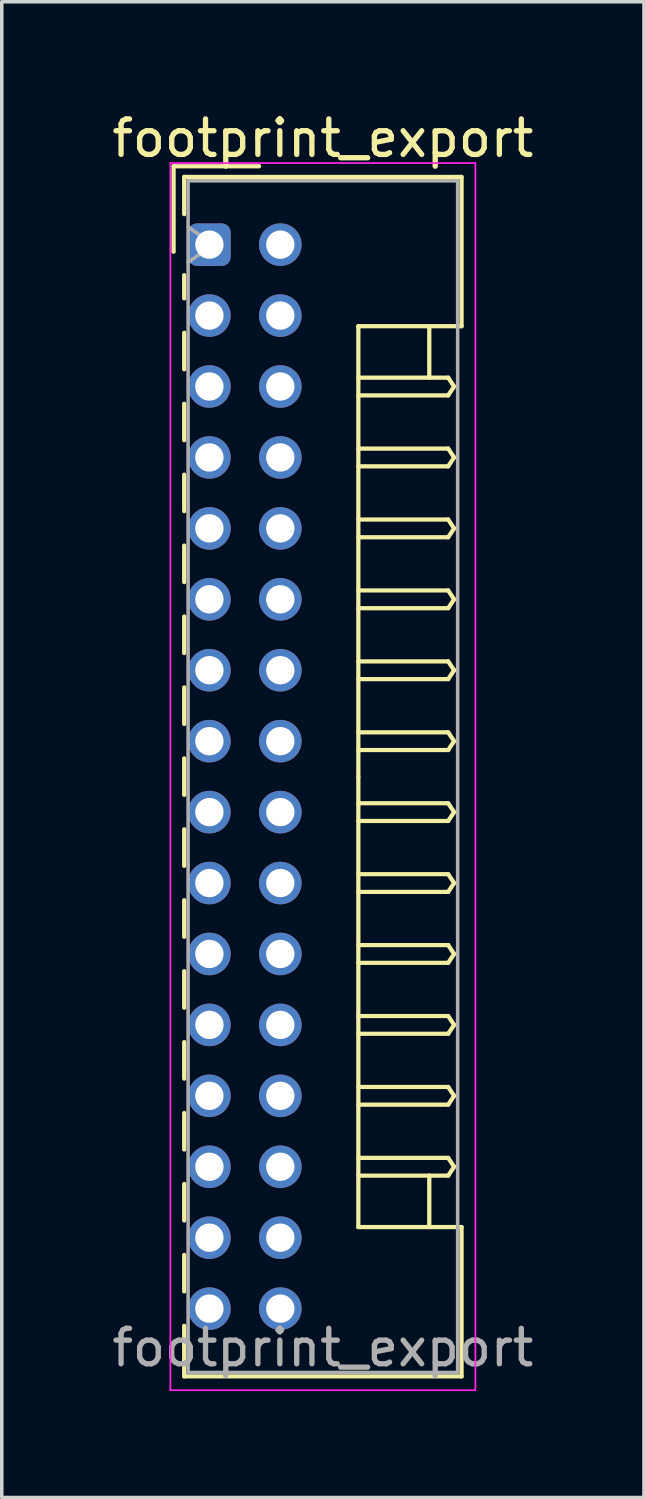
<source format=kicad_pcb>
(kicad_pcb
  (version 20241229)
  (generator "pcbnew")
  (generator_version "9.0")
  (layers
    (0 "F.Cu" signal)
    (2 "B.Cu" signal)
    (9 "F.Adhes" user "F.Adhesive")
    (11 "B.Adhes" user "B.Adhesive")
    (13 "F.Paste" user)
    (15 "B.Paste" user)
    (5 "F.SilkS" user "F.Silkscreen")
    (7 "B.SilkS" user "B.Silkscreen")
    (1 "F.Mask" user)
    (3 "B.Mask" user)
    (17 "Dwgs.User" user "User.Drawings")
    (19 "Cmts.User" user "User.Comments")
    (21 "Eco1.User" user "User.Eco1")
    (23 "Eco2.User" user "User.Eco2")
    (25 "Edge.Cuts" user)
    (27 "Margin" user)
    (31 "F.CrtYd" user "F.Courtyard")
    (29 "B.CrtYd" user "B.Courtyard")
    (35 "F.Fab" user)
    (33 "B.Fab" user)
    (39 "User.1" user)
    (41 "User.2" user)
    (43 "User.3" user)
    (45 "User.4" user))
  (footprint "footprint_export"
    (layer "F.Cu")
    (at 2.854 3.848)
    (property "Reference" "footprint_export" (at 3.2 -3 0) (layer "F.SilkS") (effects (font (size 1 1) (thickness 0.15))))
    (attr through_hole)
    (fp_line (start -1.01 -2.21) (end -1.01 0.2) (stroke (width 0.12) (type solid)) (layer "F.SilkS"))
    (fp_line (start -0.71 -1.91) (end -0.71 -0.86) (stroke (width 0.12) (type solid)) (layer "F.SilkS"))
    (fp_line (start -0.71 -1.91) (end 7.11 -1.91) (stroke (width 0.12) (type solid)) (layer "F.SilkS"))
    (fp_line (start -0.71 0.86) (end -0.71 1.515) (stroke (width 0.12) (type solid)) (layer "F.SilkS"))
    (fp_line (start -0.71 2.485) (end -0.71 3.515) (stroke (width 0.12) (type solid)) (layer "F.SilkS"))
    (fp_line (start -0.71 4.485) (end -0.71 5.515) (stroke (width 0.12) (type solid)) (layer "F.SilkS"))
    (fp_line (start -0.71 6.485) (end -0.71 7.515) (stroke (width 0.12) (type solid)) (layer "F.SilkS"))
    (fp_line (start -0.71 8.485) (end -0.71 9.515) (stroke (width 0.12) (type solid)) (layer "F.SilkS"))
    (fp_line (start -0.71 10.485) (end -0.71 11.515) (stroke (width 0.12) (type solid)) (layer "F.SilkS"))
    (fp_line (start -0.71 12.485) (end -0.71 13.515) (stroke (width 0.12) (type solid)) (layer "F.SilkS"))
    (fp_line (start -0.71 14.485) (end -0.71 15.515) (stroke (width 0.12) (type solid)) (layer "F.SilkS"))
    (fp_line (start -0.71 16.485) (end -0.71 17.515) (stroke (width 0.12) (type solid)) (layer "F.SilkS"))
    (fp_line (start -0.71 18.485) (end -0.71 19.515) (stroke (width 0.12) (type solid)) (layer "F.SilkS"))
    (fp_line (start -0.71 20.485) (end -0.71 21.515) (stroke (width 0.12) (type solid)) (layer "F.SilkS"))
    (fp_line (start -0.71 22.485) (end -0.71 23.515) (stroke (width 0.12) (type solid)) (layer "F.SilkS"))
    (fp_line (start -0.71 24.485) (end -0.71 25.515) (stroke (width 0.12) (type solid)) (layer "F.SilkS"))
    (fp_line (start -0.71 26.485) (end -0.71 27.515) (stroke (width 0.12) (type solid)) (layer "F.SilkS"))
    (fp_line (start -0.71 28.485) (end -0.71 29.515) (stroke (width 0.12) (type solid)) (layer "F.SilkS"))
    (fp_line (start -0.71 30.485) (end -0.71 31.91) (stroke (width 0.12) (type solid)) (layer "F.SilkS"))
    (fp_line (start -0.71 31.91) (end 7.11 31.91) (stroke (width 0.12) (type solid)) (layer "F.SilkS"))
    (fp_line (start 1.4 -2.21) (end -1.01 -2.21) (stroke (width 0.12) (type solid)) (layer "F.SilkS"))
    (fp_line (start 4.2 2.3) (end 4.2 15) (stroke (width 0.12) (type solid)) (layer "F.SilkS"))
    (fp_line (start 4.2 3.75) (end 6.733 3.75) (stroke (width 0.12) (type solid)) (layer "F.SilkS"))
    (fp_line (start 4.2 5.75) (end 6.733 5.75) (stroke (width 0.12) (type solid)) (layer "F.SilkS"))
    (fp_line (start 4.2 7.75) (end 6.733 7.75) (stroke (width 0.12) (type solid)) (layer "F.SilkS"))
    (fp_line (start 4.2 9.75) (end 6.733 9.75) (stroke (width 0.12) (type solid)) (layer "F.SilkS"))
    (fp_line (start 4.2 11.75) (end 6.733 11.75) (stroke (width 0.12) (type solid)) (layer "F.SilkS"))
    (fp_line (start 4.2 13.75) (end 6.733 13.75) (stroke (width 0.12) (type solid)) (layer "F.SilkS"))
    (fp_line (start 4.2 15.75) (end 6.733 15.75) (stroke (width 0.12) (type solid)) (layer "F.SilkS"))
    (fp_line (start 4.2 17.75) (end 6.733 17.75) (stroke (width 0.12) (type solid)) (layer "F.SilkS"))
    (fp_line (start 4.2 19.75) (end 6.733 19.75) (stroke (width 0.12) (type solid)) (layer "F.SilkS"))
    (fp_line (start 4.2 21.75) (end 6.733 21.75) (stroke (width 0.12) (type solid)) (layer "F.SilkS"))
    (fp_line (start 4.2 23.75) (end 6.733 23.75) (stroke (width 0.12) (type solid)) (layer "F.SilkS"))
    (fp_line (start 4.2 25.75) (end 6.733 25.75) (stroke (width 0.12) (type solid)) (layer "F.SilkS"))
    (fp_line (start 4.2 27.7) (end 4.2 15) (stroke (width 0.12) (type solid)) (layer "F.SilkS"))
    (fp_line (start 6.2 2.3) (end 6.2 3.75) (stroke (width 0.12) (type solid)) (layer "F.SilkS"))
    (fp_line (start 6.2 27.7) (end 6.2 26.25) (stroke (width 0.12) (type solid)) (layer "F.SilkS"))
    (fp_line (start 6.733 3.75) (end 6.9 4) (stroke (width 0.12) (type solid)) (layer "F.SilkS"))
    (fp_line (start 6.733 4.25) (end 4.2 4.25) (stroke (width 0.12) (type solid)) (layer "F.SilkS"))
    (fp_line (start 6.733 5.75) (end 6.9 6) (stroke (width 0.12) (type solid)) (layer "F.SilkS"))
    (fp_line (start 6.733 6.25) (end 4.2 6.25) (stroke (width 0.12) (type solid)) (layer "F.SilkS"))
    (fp_line (start 6.733 7.75) (end 6.9 8) (stroke (width 0.12) (type solid)) (layer "F.SilkS"))
    (fp_line (start 6.733 8.25) (end 4.2 8.25) (stroke (width 0.12) (type solid)) (layer "F.SilkS"))
    (fp_line (start 6.733 9.75) (end 6.9 10) (stroke (width 0.12) (type solid)) (layer "F.SilkS"))
    (fp_line (start 6.733 10.25) (end 4.2 10.25) (stroke (width 0.12) (type solid)) (layer "F.SilkS"))
    (fp_line (start 6.733 11.75) (end 6.9 12) (stroke (width 0.12) (type solid)) (layer "F.SilkS"))
    (fp_line (start 6.733 12.25) (end 4.2 12.25) (stroke (width 0.12) (type solid)) (layer "F.SilkS"))
    (fp_line (start 6.733 13.75) (end 6.9 14) (stroke (width 0.12) (type solid)) (layer "F.SilkS"))
    (fp_line (start 6.733 14.25) (end 4.2 14.25) (stroke (width 0.12) (type solid)) (layer "F.SilkS"))
    (fp_line (start 6.733 15.75) (end 6.9 16) (stroke (width 0.12) (type solid)) (layer "F.SilkS"))
    (fp_line (start 6.733 16.25) (end 4.2 16.25) (stroke (width 0.12) (type solid)) (layer "F.SilkS"))
    (fp_line (start 6.733 17.75) (end 6.9 18) (stroke (width 0.12) (type solid)) (layer "F.SilkS"))
    (fp_line (start 6.733 18.25) (end 4.2 18.25) (stroke (width 0.12) (type solid)) (layer "F.SilkS"))
    (fp_line (start 6.733 19.75) (end 6.9 20) (stroke (width 0.12) (type solid)) (layer "F.SilkS"))
    (fp_line (start 6.733 20.25) (end 4.2 20.25) (stroke (width 0.12) (type solid)) (layer "F.SilkS"))
    (fp_line (start 6.733 21.75) (end 6.9 22) (stroke (width 0.12) (type solid)) (layer "F.SilkS"))
    (fp_line (start 6.733 22.25) (end 4.2 22.25) (stroke (width 0.12) (type solid)) (layer "F.SilkS"))
    (fp_line (start 6.733 23.75) (end 6.9 24) (stroke (width 0.12) (type solid)) (layer "F.SilkS"))
    (fp_line (start 6.733 24.25) (end 4.2 24.25) (stroke (width 0.12) (type solid)) (layer "F.SilkS"))
    (fp_line (start 6.733 25.75) (end 6.9 26) (stroke (width 0.12) (type solid)) (layer "F.SilkS"))
    (fp_line (start 6.733 26.25) (end 4.2 26.25) (stroke (width 0.12) (type solid)) (layer "F.SilkS"))
    (fp_line (start 6.9 4) (end 6.733 4.25) (stroke (width 0.12) (type solid)) (layer "F.SilkS"))
    (fp_line (start 6.9 6) (end 6.733 6.25) (stroke (width 0.12) (type solid)) (layer "F.SilkS"))
    (fp_line (start 6.9 8) (end 6.733 8.25) (stroke (width 0.12) (type solid)) (layer "F.SilkS"))
    (fp_line (start 6.9 10) (end 6.733 10.25) (stroke (width 0.12) (type solid)) (layer "F.SilkS"))
    (fp_line (start 6.9 12) (end 6.733 12.25) (stroke (width 0.12) (type solid)) (layer "F.SilkS"))
    (fp_line (start 6.9 14) (end 6.733 14.25) (stroke (width 0.12) (type solid)) (layer "F.SilkS"))
    (fp_line (start 6.9 16) (end 6.733 16.25) (stroke (width 0.12) (type solid)) (layer "F.SilkS"))
    (fp_line (start 6.9 18) (end 6.733 18.25) (stroke (width 0.12) (type solid)) (layer "F.SilkS"))
    (fp_line (start 6.9 20) (end 6.733 20.25) (stroke (width 0.12) (type solid)) (layer "F.SilkS"))
    (fp_line (start 6.9 22) (end 6.733 22.25) (stroke (width 0.12) (type solid)) (layer "F.SilkS"))
    (fp_line (start 6.9 24) (end 6.733 24.25) (stroke (width 0.12) (type solid)) (layer "F.SilkS"))
    (fp_line (start 6.9 26) (end 6.733 26.25) (stroke (width 0.12) (type solid)) (layer "F.SilkS"))
    (fp_line (start 7.11 -1.91) (end 7.11 2.3) (stroke (width 0.12) (type solid)) (layer "F.SilkS"))
    (fp_line (start 7.11 2.3) (end 4.2 2.3) (stroke (width 0.12) (type solid)) (layer "F.SilkS"))
    (fp_line (start 7.11 27.7) (end 4.2 27.7) (stroke (width 0.12) (type solid)) (layer "F.SilkS"))
    (fp_line (start 7.11 31.91) (end 7.11 27.7) (stroke (width 0.12) (type solid)) (layer "F.SilkS"))
    (fp_line (start -1.1 -2.3) (end -1.1 32.3) (stroke (width 0.05) (type solid)) (layer "F.CrtYd"))
    (fp_line (start -1.1 32.3) (end 7.5 32.3) (stroke (width 0.05) (type solid)) (layer "F.CrtYd"))
    (fp_line (start 7.5 -2.3) (end -1.1 -2.3) (stroke (width 0.05) (type solid)) (layer "F.CrtYd"))
    (fp_line (start 7.5 32.3) (end 7.5 -2.3) (stroke (width 0.05) (type solid)) (layer "F.CrtYd"))
    (fp_line (start -0.6 -1.8) (end -0.6 31.8) (stroke (width 0.1) (type solid)) (layer "F.Fab"))
    (fp_line (start -0.6 0.5) (end 0.107 0) (stroke (width 0.1) (type solid)) (layer "F.Fab"))
    (fp_line (start -0.6 31.8) (end 7 31.8) (stroke (width 0.1) (type solid)) (layer "F.Fab"))
    (fp_line (start 0.107 0) (end -0.6 -0.5) (stroke (width 0.1) (type solid)) (layer "F.Fab"))
    (fp_line (start 7 -1.8) (end -0.6 -1.8) (stroke (width 0.1) (type solid)) (layer "F.Fab"))
    (fp_line (start 7 31.8) (end 7 -1.8) (stroke (width 0.1) (type solid)) (layer "F.Fab"))
    (fp_text user "${REFERENCE}" (at 3.2 31.1 0) (layer "F.Fab") (effects (font (size 1 1) (thickness 0.15))))
    (pad "a1" thru_hole roundrect (at 0 0) (size 1.2 1.2) (drill 0.8) (layers "*.Cu" "*.Mask") (roundrect_rratio 0.208))
    (pad "a2" thru_hole circle (at 0 2) (size 1.2 1.2) (drill 0.8) (layers "*.Cu" "*.Mask"))
    (pad "a3" thru_hole circle (at 0 4) (size 1.2 1.2) (drill 0.8) (layers "*.Cu" "*.Mask"))
    (pad "a4" thru_hole circle (at 0 6) (size 1.2 1.2) (drill 0.8) (layers "*.Cu" "*.Mask"))
    (pad "a5" thru_hole circle (at 0 8) (size 1.2 1.2) (drill 0.8) (layers "*.Cu" "*.Mask"))
    (pad "a6" thru_hole circle (at 0 10) (size 1.2 1.2) (drill 0.8) (layers "*.Cu" "*.Mask"))
    (pad "a7" thru_hole circle (at 0 12) (size 1.2 1.2) (drill 0.8) (layers "*.Cu" "*.Mask"))
    (pad "a8" thru_hole circle (at 0 14) (size 1.2 1.2) (drill 0.8) (layers "*.Cu" "*.Mask"))
    (pad "a9" thru_hole circle (at 0 16) (size 1.2 1.2) (drill 0.8) (layers "*.Cu" "*.Mask"))
    (pad "a10" thru_hole circle (at 0 18) (size 1.2 1.2) (drill 0.8) (layers "*.Cu" "*.Mask"))
    (pad "a11" thru_hole circle (at 0 20) (size 1.2 1.2) (drill 0.8) (layers "*.Cu" "*.Mask"))
    (pad "a12" thru_hole circle (at 0 22) (size 1.2 1.2) (drill 0.8) (layers "*.Cu" "*.Mask"))
    (pad "a13" thru_hole circle (at 0 24) (size 1.2 1.2) (drill 0.8) (layers "*.Cu" "*.Mask"))
    (pad "a14" thru_hole circle (at 0 26) (size 1.2 1.2) (drill 0.8) (layers "*.Cu" "*.Mask"))
    (pad "a15" thru_hole circle (at 0 28) (size 1.2 1.2) (drill 0.8) (layers "*.Cu" "*.Mask"))
    (pad "a16" thru_hole circle (at 0 30) (size 1.2 1.2) (drill 0.8) (layers "*.Cu" "*.Mask"))
    (pad "b1" thru_hole circle (at 2 0) (size 1.2 1.2) (drill 0.8) (layers "*.Cu" "*.Mask"))
    (pad "b2" thru_hole circle (at 2 2) (size 1.2 1.2) (drill 0.8) (layers "*.Cu" "*.Mask"))
    (pad "b3" thru_hole circle (at 2 4) (size 1.2 1.2) (drill 0.8) (layers "*.Cu" "*.Mask"))
    (pad "b4" thru_hole circle (at 2 6) (size 1.2 1.2) (drill 0.8) (layers "*.Cu" "*.Mask"))
    (pad "b5" thru_hole circle (at 2 8) (size 1.2 1.2) (drill 0.8) (layers "*.Cu" "*.Mask"))
    (pad "b6" thru_hole circle (at 2 10) (size 1.2 1.2) (drill 0.8) (layers "*.Cu" "*.Mask"))
    (pad "b7" thru_hole circle (at 2 12) (size 1.2 1.2) (drill 0.8) (layers "*.Cu" "*.Mask"))
    (pad "b8" thru_hole circle (at 2 14) (size 1.2 1.2) (drill 0.8) (layers "*.Cu" "*.Mask"))
    (pad "b9" thru_hole circle (at 2 16) (size 1.2 1.2) (drill 0.8) (layers "*.Cu" "*.Mask"))
    (pad "b10" thru_hole circle (at 2 18) (size 1.2 1.2) (drill 0.8) (layers "*.Cu" "*.Mask"))
    (pad "b11" thru_hole circle (at 2 20) (size 1.2 1.2) (drill 0.8) (layers "*.Cu" "*.Mask"))
    (pad "b12" thru_hole circle (at 2 22) (size 1.2 1.2) (drill 0.8) (layers "*.Cu" "*.Mask"))
    (pad "b13" thru_hole circle (at 2 24) (size 1.2 1.2) (drill 0.8) (layers "*.Cu" "*.Mask"))
    (pad "b14" thru_hole circle (at 2 26) (size 1.2 1.2) (drill 0.8) (layers "*.Cu" "*.Mask"))
    (pad "b15" thru_hole circle (at 2 28) (size 1.2 1.2) (drill 0.8) (layers "*.Cu" "*.Mask"))
    (pad "b16" thru_hole circle (at 2 30) (size 1.2 1.2) (drill 0.8) (layers "*.Cu" "*.Mask")))
  (gr_rect
    (start -3 -3)
    (end 15.107 39.173)
    (stroke (width 0.1) (type default))
    (fill no)
    (layer "Edge.Cuts")))
</source>
